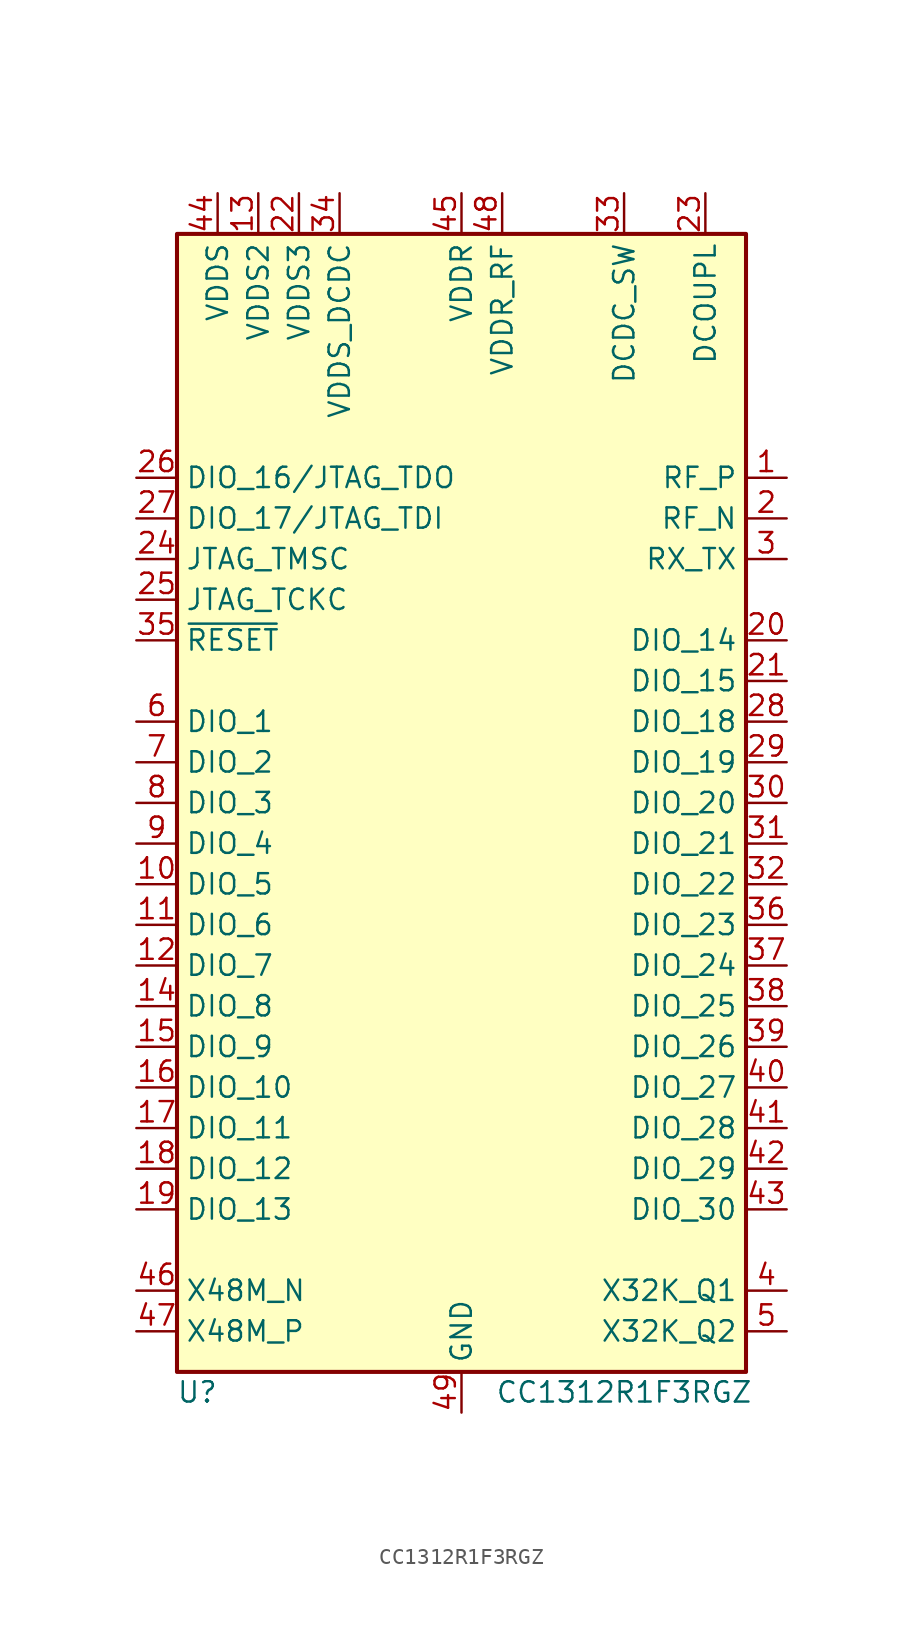
<source format=kicad_sym>
(kicad_symbol_lib
  (version 20201005)
  (generator kicad_symbol_editor)
  (symbol "MCU_Texas_SimpleLink:CC1312R1F3RGZ"
    (property "Reference" "U"
      (at -16.51 -36.83 0)
      (effects (font (size 1.27 1.27))))
    (property "Value" "CC1312R1F3RGZ"
      (at 10.16 -36.83 0)
      (effects (font (size 1.27 1.27))))
    (symbol "CC1312R1F3RGZ_0_1"
      (rectangle (start -17.78 35.56) (end 17.78 -35.56) (stroke (width 0.254)) (fill (type background))))
    (symbol "CC1312R1F3RGZ_1_1"
      (pin passive line (at 20.32 20.32 180) (length 2.54) (name "RF_P" (effects (font (size 1.27 1.27)))) (number "1" (effects (font (size 1.27 1.27)))))
      (pin bidirectional line (at -20.32 -5.08 0) (length 2.54) (name "DIO_5" (effects (font (size 1.27 1.27)))) (number "10" (effects (font (size 1.27 1.27)))))
      (pin bidirectional line (at -20.32 -7.62 0) (length 2.54) (name "DIO_6" (effects (font (size 1.27 1.27)))) (number "11" (effects (font (size 1.27 1.27)))))
      (pin bidirectional line (at -20.32 -10.16 0) (length 2.54) (name "DIO_7" (effects (font (size 1.27 1.27)))) (number "12" (effects (font (size 1.27 1.27)))))
      (pin power_in line (at -12.7 38.1 270) (length 2.54) (name "VDDS2" (effects (font (size 1.27 1.27)))) (number "13" (effects (font (size 1.27 1.27)))))
      (pin bidirectional line (at -20.32 -12.7 0) (length 2.54) (name "DIO_8" (effects (font (size 1.27 1.27)))) (number "14" (effects (font (size 1.27 1.27)))))
      (pin bidirectional line (at -20.32 -15.24 0) (length 2.54) (name "DIO_9" (effects (font (size 1.27 1.27)))) (number "15" (effects (font (size 1.27 1.27)))))
      (pin bidirectional line (at -20.32 -17.78 0) (length 2.54) (name "DIO_10" (effects (font (size 1.27 1.27)))) (number "16" (effects (font (size 1.27 1.27)))))
      (pin bidirectional line (at -20.32 -20.32 0) (length 2.54) (name "DIO_11" (effects (font (size 1.27 1.27)))) (number "17" (effects (font (size 1.27 1.27)))))
      (pin bidirectional line (at -20.32 -22.86 0) (length 2.54) (name "DIO_12" (effects (font (size 1.27 1.27)))) (number "18" (effects (font (size 1.27 1.27)))))
      (pin bidirectional line (at -20.32 -25.4 0) (length 2.54) (name "DIO_13" (effects (font (size 1.27 1.27)))) (number "19" (effects (font (size 1.27 1.27)))))
      (pin passive line (at 20.32 17.78 180) (length 2.54) (name "RF_N" (effects (font (size 1.27 1.27)))) (number "2" (effects (font (size 1.27 1.27)))))
      (pin bidirectional line (at 20.32 10.16 180) (length 2.54) (name "DIO_14" (effects (font (size 1.27 1.27)))) (number "20" (effects (font (size 1.27 1.27)))))
      (pin bidirectional line (at 20.32 7.62 180) (length 2.54) (name "DIO_15" (effects (font (size 1.27 1.27)))) (number "21" (effects (font (size 1.27 1.27)))))
      (pin power_in line (at -10.16 38.1 270) (length 2.54) (name "VDDS3" (effects (font (size 1.27 1.27)))) (number "22" (effects (font (size 1.27 1.27)))))
      (pin power_out line (at 15.24 38.1 270) (length 2.54) (name "DCOUPL" (effects (font (size 1.27 1.27)))) (number "23" (effects (font (size 1.27 1.27)))))
      (pin bidirectional line (at -20.32 15.24 0) (length 2.54) (name "JTAG_TMSC" (effects (font (size 1.27 1.27)))) (number "24" (effects (font (size 1.27 1.27)))))
      (pin input line (at -20.32 12.7 0) (length 2.54) (name "JTAG_TCKC" (effects (font (size 1.27 1.27)))) (number "25" (effects (font (size 1.27 1.27)))))
      (pin bidirectional line (at -20.32 20.32 0) (length 2.54) (name "DIO_16/JTAG_TDO" (effects (font (size 1.27 1.27)))) (number "26" (effects (font (size 1.27 1.27)))))
      (pin bidirectional line (at -20.32 17.78 0) (length 2.54) (name "DIO_17/JTAG_TDI" (effects (font (size 1.27 1.27)))) (number "27" (effects (font (size 1.27 1.27)))))
      (pin bidirectional line (at 20.32 5.08 180) (length 2.54) (name "DIO_18" (effects (font (size 1.27 1.27)))) (number "28" (effects (font (size 1.27 1.27)))))
      (pin bidirectional line (at 20.32 2.54 180) (length 2.54) (name "DIO_19" (effects (font (size 1.27 1.27)))) (number "29" (effects (font (size 1.27 1.27)))))
      (pin passive line (at 20.32 15.24 180) (length 2.54) (name "RX_TX" (effects (font (size 1.27 1.27)))) (number "3" (effects (font (size 1.27 1.27)))))
      (pin bidirectional line (at 20.32 0 180) (length 2.54) (name "DIO_20" (effects (font (size 1.27 1.27)))) (number "30" (effects (font (size 1.27 1.27)))))
      (pin bidirectional line (at 20.32 -2.54 180) (length 2.54) (name "DIO_21" (effects (font (size 1.27 1.27)))) (number "31" (effects (font (size 1.27 1.27)))))
      (pin bidirectional line (at 20.32 -5.08 180) (length 2.54) (name "DIO_22" (effects (font (size 1.27 1.27)))) (number "32" (effects (font (size 1.27 1.27)))))
      (pin power_out line (at 10.16 38.1 270) (length 2.54) (name "DCDC_SW" (effects (font (size 1.27 1.27)))) (number "33" (effects (font (size 1.27 1.27)))))
      (pin power_in line (at -7.62 38.1 270) (length 2.54) (name "VDDS_DCDC" (effects (font (size 1.27 1.27)))) (number "34" (effects (font (size 1.27 1.27)))))
      (pin input line (at -20.32 10.16 0) (length 2.54) (name "~RESET" (effects (font (size 1.27 1.27)))) (number "35" (effects (font (size 1.27 1.27)))))
      (pin bidirectional line (at 20.32 -7.62 180) (length 2.54) (name "DIO_23" (effects (font (size 1.27 1.27)))) (number "36" (effects (font (size 1.27 1.27)))))
      (pin bidirectional line (at 20.32 -10.16 180) (length 2.54) (name "DIO_24" (effects (font (size 1.27 1.27)))) (number "37" (effects (font (size 1.27 1.27)))))
      (pin bidirectional line (at 20.32 -12.7 180) (length 2.54) (name "DIO_25" (effects (font (size 1.27 1.27)))) (number "38" (effects (font (size 1.27 1.27)))))
      (pin bidirectional line (at 20.32 -15.24 180) (length 2.54) (name "DIO_26" (effects (font (size 1.27 1.27)))) (number "39" (effects (font (size 1.27 1.27)))))
      (pin input line (at 20.32 -30.48 180) (length 2.54) (name "X32K_Q1" (effects (font (size 1.27 1.27)))) (number "4" (effects (font (size 1.27 1.27)))))
      (pin bidirectional line (at 20.32 -17.78 180) (length 2.54) (name "DIO_27" (effects (font (size 1.27 1.27)))) (number "40" (effects (font (size 1.27 1.27)))))
      (pin bidirectional line (at 20.32 -20.32 180) (length 2.54) (name "DIO_28" (effects (font (size 1.27 1.27)))) (number "41" (effects (font (size 1.27 1.27)))))
      (pin bidirectional line (at 20.32 -22.86 180) (length 2.54) (name "DIO_29" (effects (font (size 1.27 1.27)))) (number "42" (effects (font (size 1.27 1.27)))))
      (pin bidirectional line (at 20.32 -25.4 180) (length 2.54) (name "DIO_30" (effects (font (size 1.27 1.27)))) (number "43" (effects (font (size 1.27 1.27)))))
      (pin power_in line (at -15.24 38.1 270) (length 2.54) (name "VDDS" (effects (font (size 1.27 1.27)))) (number "44" (effects (font (size 1.27 1.27)))))
      (pin power_in line (at 0 38.1 270) (length 2.54) (name "VDDR" (effects (font (size 1.27 1.27)))) (number "45" (effects (font (size 1.27 1.27)))))
      (pin input line (at -20.32 -30.48 0) (length 2.54) (name "X48M_N" (effects (font (size 1.27 1.27)))) (number "46" (effects (font (size 1.27 1.27)))))
      (pin input line (at -20.32 -33.02 0) (length 2.54) (name "X48M_P" (effects (font (size 1.27 1.27)))) (number "47" (effects (font (size 1.27 1.27)))))
      (pin power_in line (at 2.54 38.1 270) (length 2.54) (name "VDDR_RF" (effects (font (size 1.27 1.27)))) (number "48" (effects (font (size 1.27 1.27)))))
      (pin power_in line (at 0 -38.1 90) (length 2.54) (name "GND" (effects (font (size 1.27 1.27)))) (number "49" (effects (font (size 1.27 1.27)))))
      (pin input line (at 20.32 -33.02 180) (length 2.54) (name "X32K_Q2" (effects (font (size 1.27 1.27)))) (number "5" (effects (font (size 1.27 1.27)))))
      (pin bidirectional line (at -20.32 5.08 0) (length 2.54) (name "DIO_1" (effects (font (size 1.27 1.27)))) (number "6" (effects (font (size 1.27 1.27)))))
      (pin bidirectional line (at -20.32 2.54 0) (length 2.54) (name "DIO_2" (effects (font (size 1.27 1.27)))) (number "7" (effects (font (size 1.27 1.27)))))
      (pin bidirectional line (at -20.32 0 0) (length 2.54) (name "DIO_3" (effects (font (size 1.27 1.27)))) (number "8" (effects (font (size 1.27 1.27)))))
      (pin bidirectional line (at -20.32 -2.54 0) (length 2.54) (name "DIO_4" (effects (font (size 1.27 1.27)))) (number "9" (effects (font (size 1.27 1.27))))))))
</source>
